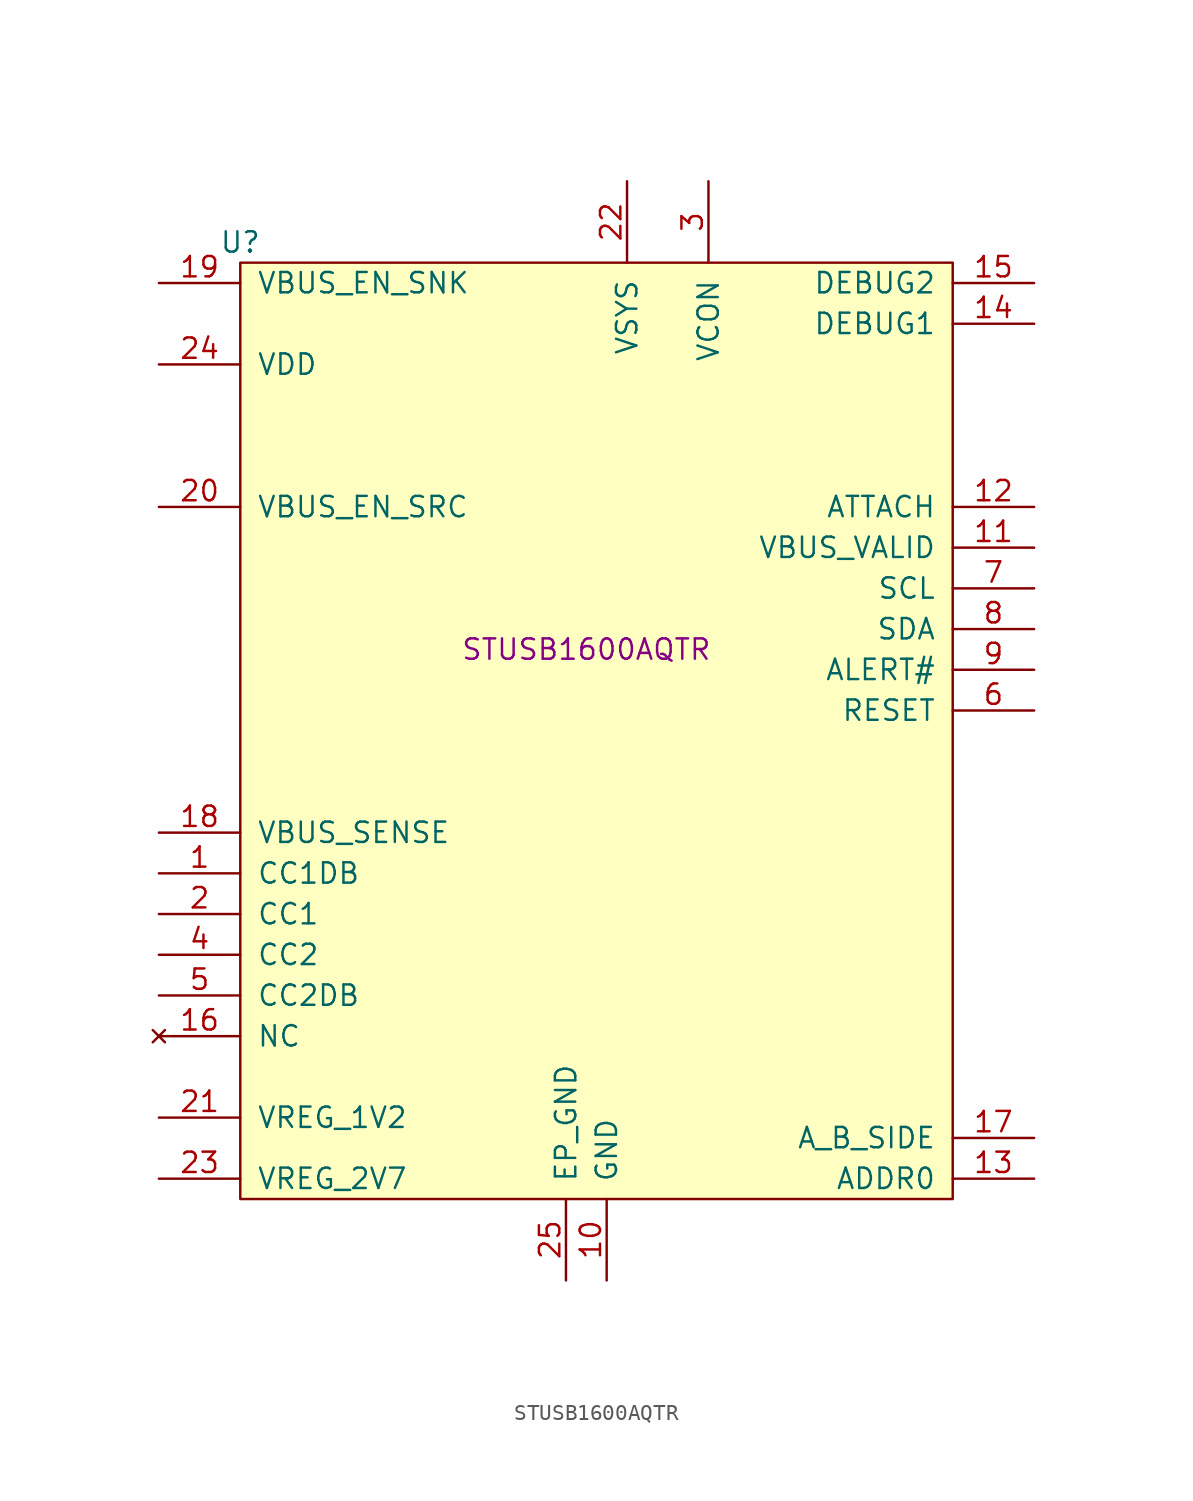
<source format=kicad_sym>
(kicad_symbol_lib
  (version 20220914)
  (generator kicad_symbol_editor)
  (symbol "STUSB1600AQTR"
    (pin_names
      (offset 1.016))
    (property "Reference" "U"
      (at 0 1.27 0)
      (effects (font (size 1.27 1.27))))
    (property "_Value_" "STUSB1600AQTR"
      (at 21.59 -24.13 0)
      (effects (font (size 1.27 1.27))))
    (symbol "STUSB1600AQTR_0_1"
      (rectangle (start 0 0) (end 44.45 -58.42) (stroke (width 0) (type default)) (fill (type background))))
    (symbol "STUSB1600AQTR_1_1"
      (pin bidirectional line (at -5.08 -38.1 0) (length 5.08) (name "CC1DB" (effects (font (size 1.27 1.27)))) (number "1" (effects (font (size 1.27 1.27)))))
      (pin passive line (at 22.86 -63.5 90) (length 5.08) (name "GND" (effects (font (size 1.27 1.27)))) (number "10" (effects (font (size 1.27 1.27)))))
      (pin output line (at 49.53 -17.78 180) (length 5.08) (name "VBUS_VALID" (effects (font (size 1.27 1.27)))) (number "11" (effects (font (size 1.27 1.27)))))
      (pin output line (at 49.53 -15.24 180) (length 5.08) (name "ATTACH" (effects (font (size 1.27 1.27)))) (number "12" (effects (font (size 1.27 1.27)))))
      (pin input line (at 49.53 -57.15 180) (length 5.08) (name "ADDR0" (effects (font (size 1.27 1.27)))) (number "13" (effects (font (size 1.27 1.27)))))
      (pin output line (at 49.53 -3.81 180) (length 5.08) (name "DEBUG1" (effects (font (size 1.27 1.27)))) (number "14" (effects (font (size 1.27 1.27)))))
      (pin output line (at 49.53 -1.27 180) (length 5.08) (name "DEBUG2" (effects (font (size 1.27 1.27)))) (number "15" (effects (font (size 1.27 1.27)))))
      (pin no_connect line (at -5.08 -48.26 0) (length 5.08) (name "NC" (effects (font (size 1.27 1.27)))) (number "16" (effects (font (size 1.27 1.27)))))
      (pin output line (at 49.53 -54.61 180) (length 5.08) (name "A_B_SIDE" (effects (font (size 1.27 1.27)))) (number "17" (effects (font (size 1.27 1.27)))))
      (pin input line (at -5.08 -35.56 0) (length 5.08) (name "VBUS_SENSE" (effects (font (size 1.27 1.27)))) (number "18" (effects (font (size 1.27 1.27)))))
      (pin input line (at -5.08 -1.27 0) (length 5.08) (name "VBUS_EN_SNK" (effects (font (size 1.27 1.27)))) (number "19" (effects (font (size 1.27 1.27)))))
      (pin bidirectional line (at -5.08 -40.64 0) (length 5.08) (name "CC1" (effects (font (size 1.27 1.27)))) (number "2" (effects (font (size 1.27 1.27)))))
      (pin input line (at -5.08 -15.24 0) (length 5.08) (name "VBUS_EN_SRC" (effects (font (size 1.27 1.27)))) (number "20" (effects (font (size 1.27 1.27)))))
      (pin power_out line (at -5.08 -53.34 0) (length 5.08) (name "VREG_1V2" (effects (font (size 1.27 1.27)))) (number "21" (effects (font (size 1.27 1.27)))))
      (pin power_in line (at 24.13 5.08 270) (length 5.08) (name "VSYS" (effects (font (size 1.27 1.27)))) (number "22" (effects (font (size 1.27 1.27)))))
      (pin power_out line (at -5.08 -57.15 0) (length 5.08) (name "VREG_2V7" (effects (font (size 1.27 1.27)))) (number "23" (effects (font (size 1.27 1.27)))))
      (pin power_out line (at -5.08 -6.35 0) (length 5.08) (name "VDD" (effects (font (size 1.27 1.27)))) (number "24" (effects (font (size 1.27 1.27)))))
      (pin passive line (at 20.32 -63.5 90) (length 5.08) (name "EP_GND" (effects (font (size 1.27 1.27)))) (number "25" (effects (font (size 1.27 1.27)))))
      (pin power_in line (at 29.21 5.08 270) (length 5.08) (name "VCON" (effects (font (size 1.27 1.27)))) (number "3" (effects (font (size 1.27 1.27)))))
      (pin bidirectional line (at -5.08 -43.18 0) (length 5.08) (name "CC2" (effects (font (size 1.27 1.27)))) (number "4" (effects (font (size 1.27 1.27)))))
      (pin bidirectional line (at -5.08 -45.72 0) (length 5.08) (name "CC2DB" (effects (font (size 1.27 1.27)))) (number "5" (effects (font (size 1.27 1.27)))))
      (pin input line (at 49.53 -27.94 180) (length 5.08) (name "RESET" (effects (font (size 1.27 1.27)))) (number "6" (effects (font (size 1.27 1.27)))))
      (pin input line (at 49.53 -20.32 180) (length 5.08) (name "SCL" (effects (font (size 1.27 1.27)))) (number "7" (effects (font (size 1.27 1.27)))))
      (pin bidirectional line (at 49.53 -22.86 180) (length 5.08) (name "SDA" (effects (font (size 1.27 1.27)))) (number "8" (effects (font (size 1.27 1.27)))))
      (pin output line (at 49.53 -25.4 180) (length 5.08) (name "ALERT#" (effects (font (size 1.27 1.27)))) (number "9" (effects (font (size 1.27 1.27))))))))
</source>
